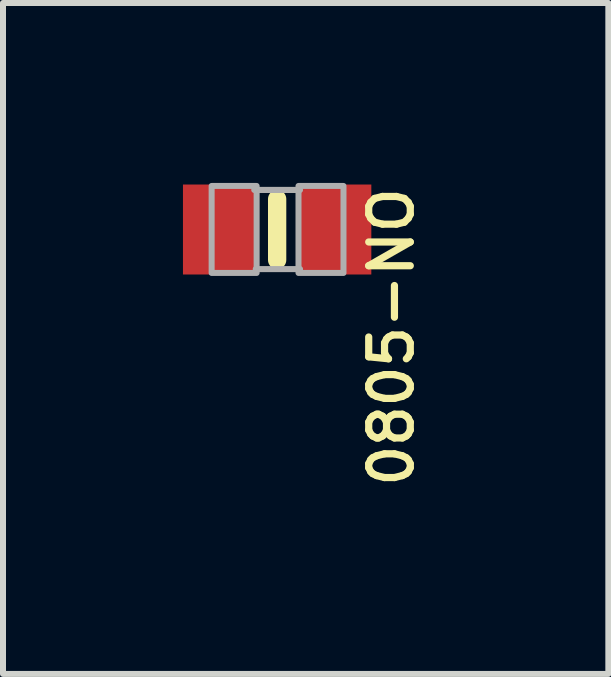
<source format=kicad_pcb>
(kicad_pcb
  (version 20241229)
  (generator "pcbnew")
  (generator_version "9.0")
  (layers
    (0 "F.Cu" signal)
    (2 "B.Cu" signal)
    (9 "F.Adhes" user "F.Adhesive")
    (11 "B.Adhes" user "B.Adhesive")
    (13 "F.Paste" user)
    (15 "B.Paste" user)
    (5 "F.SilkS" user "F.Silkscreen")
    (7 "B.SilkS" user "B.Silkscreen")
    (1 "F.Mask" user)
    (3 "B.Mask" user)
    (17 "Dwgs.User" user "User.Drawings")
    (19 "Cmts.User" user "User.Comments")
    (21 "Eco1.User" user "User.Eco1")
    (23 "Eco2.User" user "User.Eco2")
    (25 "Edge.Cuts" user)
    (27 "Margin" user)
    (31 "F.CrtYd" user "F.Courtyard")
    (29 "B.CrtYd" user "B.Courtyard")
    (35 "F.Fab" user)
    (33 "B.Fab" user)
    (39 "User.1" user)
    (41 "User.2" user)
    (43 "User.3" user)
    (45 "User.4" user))
  (footprint "0805-NO"
    (layer "F.Cu")
    (at 1.57 0.776)
    (property "Reference" "0805-NO" (at 1.905 -0.762 90) (layer "F.SilkS") (effects (font (size 0.693 0.693) (thickness 0.12)) (justify right)))
    (fp_line (start 0 -0.508) (end 0 0.508) (stroke (width 0.305) (type solid)) (layer "F.SilkS"))
    (fp_line (start -0.381 -0.66) (end 0.381 -0.66) (stroke (width 0.102) (type solid)) (layer "F.Fab"))
    (fp_line (start -0.356 0.66) (end 0.381 0.66) (stroke (width 0.102) (type solid)) (layer "F.Fab"))
    (fp_poly (pts (xy -1.092 0.724) (xy -0.342 0.724) (xy -0.342 -0.726) (xy -1.092 -0.726)) (stroke (width 0.1) (type default)) (fill no) (layer "F.Fab"))
    (fp_poly (pts (xy 0.356 0.724) (xy 1.106 0.724) (xy 1.106 -0.726) (xy 0.356 -0.726)) (stroke (width 0.1) (type default)) (fill no) (layer "F.Fab"))
    (pad "1" smd rect (at -0.95 0) (size 1.24 1.5) (layers "F.Cu" "F.Mask" "F.Paste"))
    (pad "2" smd rect (at 0.95 0) (size 1.24 1.5) (layers "F.Cu" "F.Mask" "F.Paste")))
  (gr_rect
    (start -3 -3)
    (end 7.091 8.184)
    (stroke (width 0.1) (type default))
    (fill no)
    (layer "Edge.Cuts")))
</source>
